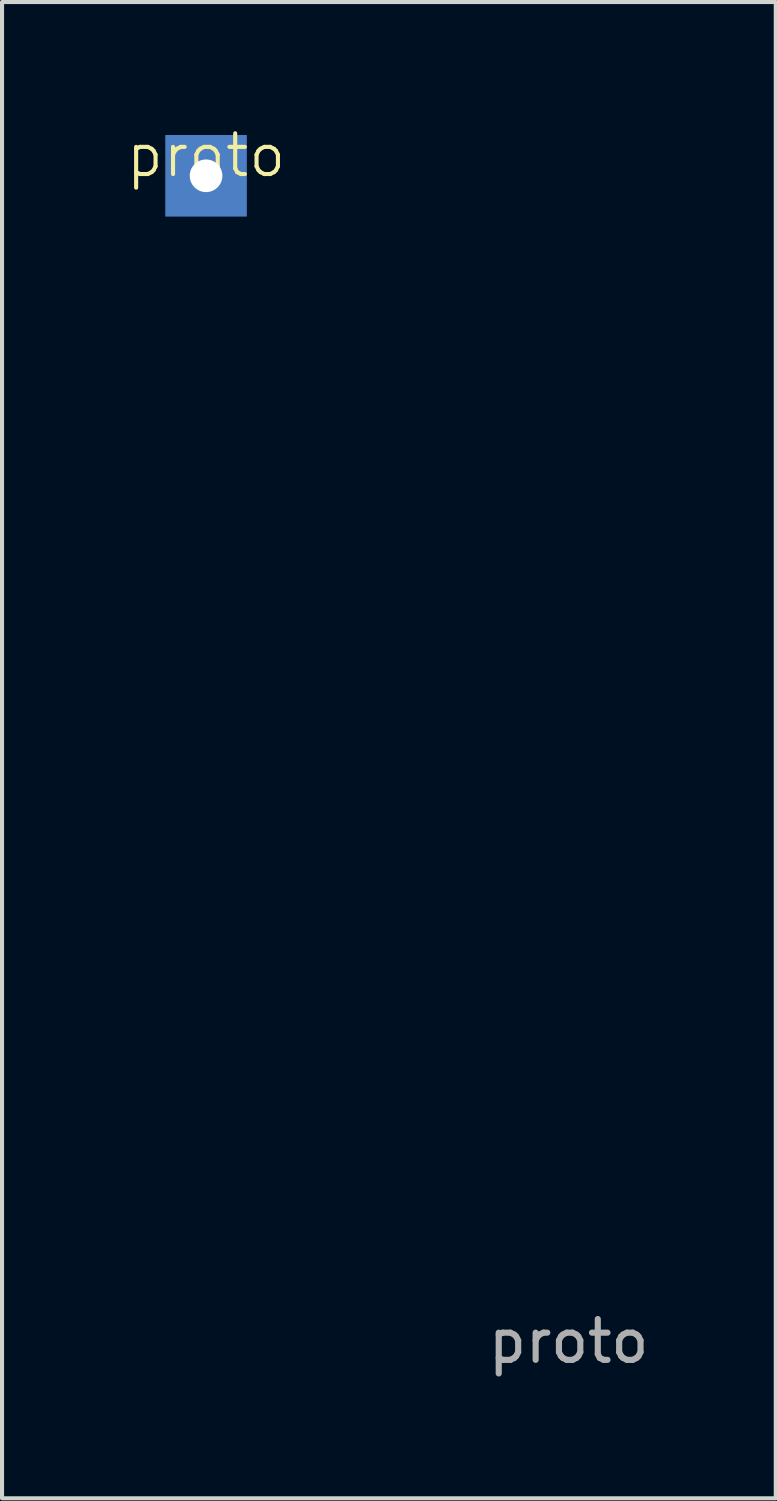
<source format=kicad_pcb>
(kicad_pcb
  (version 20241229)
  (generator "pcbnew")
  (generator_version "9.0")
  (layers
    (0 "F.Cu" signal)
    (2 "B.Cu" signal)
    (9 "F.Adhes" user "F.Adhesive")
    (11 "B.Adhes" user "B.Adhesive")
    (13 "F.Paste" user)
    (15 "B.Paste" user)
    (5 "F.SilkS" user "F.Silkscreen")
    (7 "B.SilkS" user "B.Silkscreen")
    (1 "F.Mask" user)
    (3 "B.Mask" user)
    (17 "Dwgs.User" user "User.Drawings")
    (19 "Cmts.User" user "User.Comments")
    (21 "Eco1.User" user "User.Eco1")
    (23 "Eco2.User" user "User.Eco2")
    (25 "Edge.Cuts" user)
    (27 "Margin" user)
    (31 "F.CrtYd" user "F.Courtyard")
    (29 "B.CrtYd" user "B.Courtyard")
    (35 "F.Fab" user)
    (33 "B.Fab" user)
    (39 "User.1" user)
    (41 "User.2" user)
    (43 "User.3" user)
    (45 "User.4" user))
  (footprint "proto"
    (layer "F.Cu")
    (at 2.002 1.26)
    (property "Reference" "proto" (at 0 -0.5 0) (unlocked yes) (layer "F.SilkS") (effects (font (size 1 1) (thickness 0.1))))
    (attr through_hole)
    (fp_text user "${REFERENCE}" (at 8.89 28.575 0) (unlocked yes) (layer "F.Fab") (effects (font (size 1 1) (thickness 0.15))))
    (pad "" np_thru_hole rect (at 0 0) (size 2 2) (drill 0.8) (layers "B.Cu" "B.Mask")))
  (gr_rect
    (start -3 -3)
    (end 15.97 33.684)
    (stroke (width 0.1) (type default))
    (fill no)
    (layer "Edge.Cuts")))
</source>
